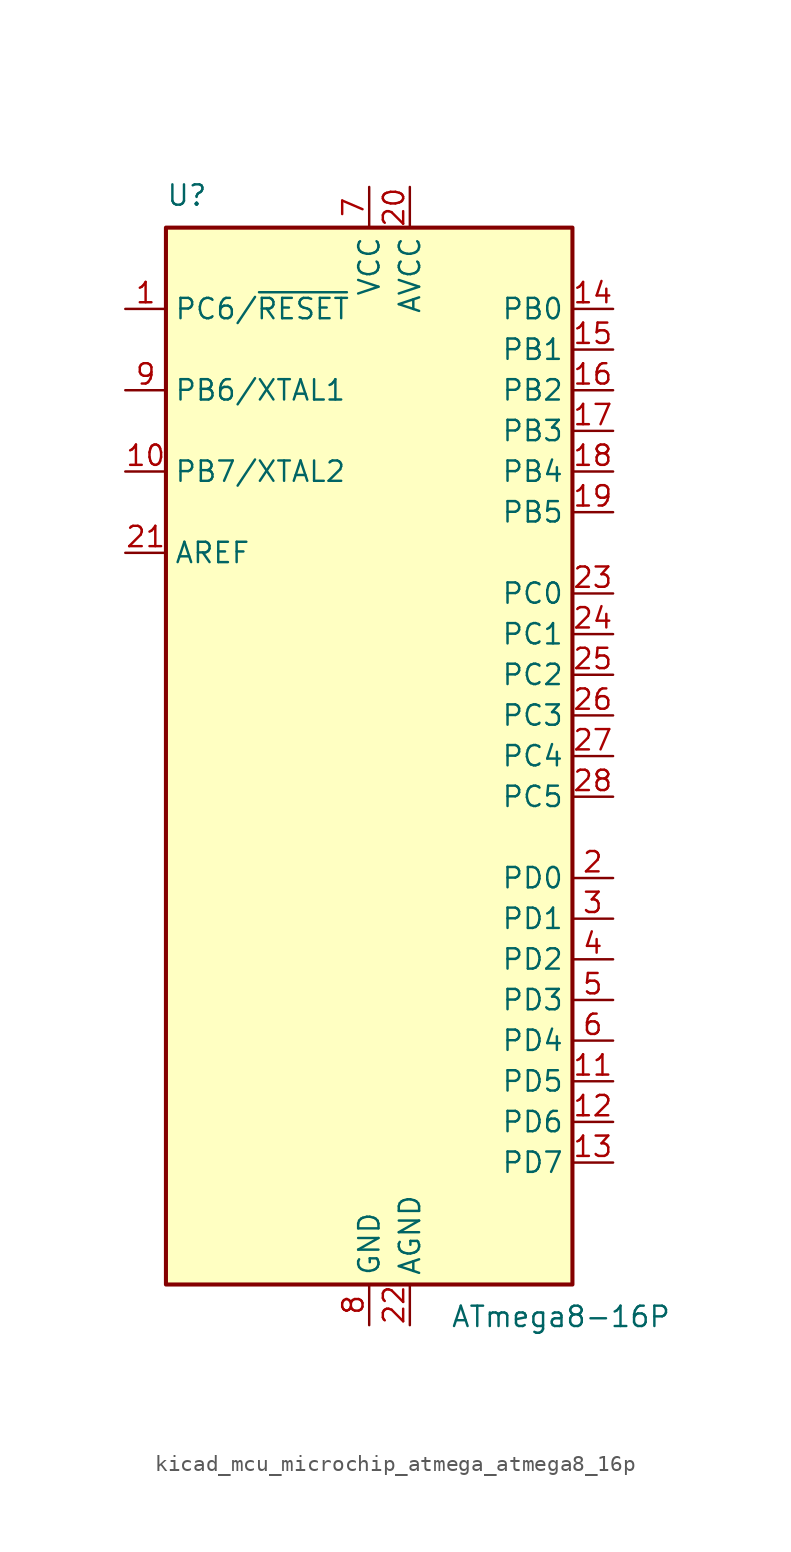
<source format=kicad_sym>
(kicad_symbol_lib
  (version 20220914)
  (generator kicad_symbol_editor)
  (symbol "kicad_mcu_microchip_atmega_atmega8_16p"
    (property "Reference" "U"
      (at -12.7 34.29 0)
      (effects (font (size 1.27 1.27)) (justify left bottom)))
    (property "Value" "ATmega8-16P"
      (at 5.08 -34.29 0)
      (effects (font (size 1.27 1.27)) (justify left top)))
    (symbol "kicad_mcu_microchip_atmega_atmega8_16p_0_1"
      (rectangle (start -12.7 -33.02) (end 12.7 33.02) (stroke (width 0.254) (type default)) (fill (type background))))
    (symbol "kicad_mcu_microchip_atmega_atmega8_16p_1_1"
      (pin bidirectional line (at -15.24 27.94 0) (length 2.54) (name "PC6/~{RESET}" (effects (font (size 1.27 1.27)))) (number "1" (effects (font (size 1.27 1.27)))))
      (pin bidirectional line (at -15.24 17.78 0) (length 2.54) (name "PB7/XTAL2" (effects (font (size 1.27 1.27)))) (number "10" (effects (font (size 1.27 1.27)))))
      (pin bidirectional line (at 15.24 -20.32 180) (length 2.54) (name "PD5" (effects (font (size 1.27 1.27)))) (number "11" (effects (font (size 1.27 1.27)))))
      (pin bidirectional line (at 15.24 -22.86 180) (length 2.54) (name "PD6" (effects (font (size 1.27 1.27)))) (number "12" (effects (font (size 1.27 1.27)))))
      (pin bidirectional line (at 15.24 -25.4 180) (length 2.54) (name "PD7" (effects (font (size 1.27 1.27)))) (number "13" (effects (font (size 1.27 1.27)))))
      (pin bidirectional line (at 15.24 27.94 180) (length 2.54) (name "PB0" (effects (font (size 1.27 1.27)))) (number "14" (effects (font (size 1.27 1.27)))))
      (pin bidirectional line (at 15.24 25.4 180) (length 2.54) (name "PB1" (effects (font (size 1.27 1.27)))) (number "15" (effects (font (size 1.27 1.27)))))
      (pin bidirectional line (at 15.24 22.86 180) (length 2.54) (name "PB2" (effects (font (size 1.27 1.27)))) (number "16" (effects (font (size 1.27 1.27)))))
      (pin bidirectional line (at 15.24 20.32 180) (length 2.54) (name "PB3" (effects (font (size 1.27 1.27)))) (number "17" (effects (font (size 1.27 1.27)))))
      (pin bidirectional line (at 15.24 17.78 180) (length 2.54) (name "PB4" (effects (font (size 1.27 1.27)))) (number "18" (effects (font (size 1.27 1.27)))))
      (pin bidirectional line (at 15.24 15.24 180) (length 2.54) (name "PB5" (effects (font (size 1.27 1.27)))) (number "19" (effects (font (size 1.27 1.27)))))
      (pin bidirectional line (at 15.24 -7.62 180) (length 2.54) (name "PD0" (effects (font (size 1.27 1.27)))) (number "2" (effects (font (size 1.27 1.27)))))
      (pin power_in line (at 2.54 35.56 270) (length 2.54) (name "AVCC" (effects (font (size 1.27 1.27)))) (number "20" (effects (font (size 1.27 1.27)))))
      (pin passive line (at -15.24 12.7 0) (length 2.54) (name "AREF" (effects (font (size 1.27 1.27)))) (number "21" (effects (font (size 1.27 1.27)))))
      (pin power_in line (at 2.54 -35.56 90) (length 2.54) (name "AGND" (effects (font (size 1.27 1.27)))) (number "22" (effects (font (size 1.27 1.27)))))
      (pin bidirectional line (at 15.24 10.16 180) (length 2.54) (name "PC0" (effects (font (size 1.27 1.27)))) (number "23" (effects (font (size 1.27 1.27)))))
      (pin bidirectional line (at 15.24 7.62 180) (length 2.54) (name "PC1" (effects (font (size 1.27 1.27)))) (number "24" (effects (font (size 1.27 1.27)))))
      (pin bidirectional line (at 15.24 5.08 180) (length 2.54) (name "PC2" (effects (font (size 1.27 1.27)))) (number "25" (effects (font (size 1.27 1.27)))))
      (pin bidirectional line (at 15.24 2.54 180) (length 2.54) (name "PC3" (effects (font (size 1.27 1.27)))) (number "26" (effects (font (size 1.27 1.27)))))
      (pin bidirectional line (at 15.24 0 180) (length 2.54) (name "PC4" (effects (font (size 1.27 1.27)))) (number "27" (effects (font (size 1.27 1.27)))))
      (pin bidirectional line (at 15.24 -2.54 180) (length 2.54) (name "PC5" (effects (font (size 1.27 1.27)))) (number "28" (effects (font (size 1.27 1.27)))))
      (pin bidirectional line (at 15.24 -10.16 180) (length 2.54) (name "PD1" (effects (font (size 1.27 1.27)))) (number "3" (effects (font (size 1.27 1.27)))))
      (pin bidirectional line (at 15.24 -12.7 180) (length 2.54) (name "PD2" (effects (font (size 1.27 1.27)))) (number "4" (effects (font (size 1.27 1.27)))))
      (pin bidirectional line (at 15.24 -15.24 180) (length 2.54) (name "PD3" (effects (font (size 1.27 1.27)))) (number "5" (effects (font (size 1.27 1.27)))))
      (pin bidirectional line (at 15.24 -17.78 180) (length 2.54) (name "PD4" (effects (font (size 1.27 1.27)))) (number "6" (effects (font (size 1.27 1.27)))))
      (pin power_in line (at 0 35.56 270) (length 2.54) (name "VCC" (effects (font (size 1.27 1.27)))) (number "7" (effects (font (size 1.27 1.27)))))
      (pin power_in line (at 0 -35.56 90) (length 2.54) (name "GND" (effects (font (size 1.27 1.27)))) (number "8" (effects (font (size 1.27 1.27)))))
      (pin bidirectional line (at -15.24 22.86 0) (length 2.54) (name "PB6/XTAL1" (effects (font (size 1.27 1.27)))) (number "9" (effects (font (size 1.27 1.27))))))))
</source>
